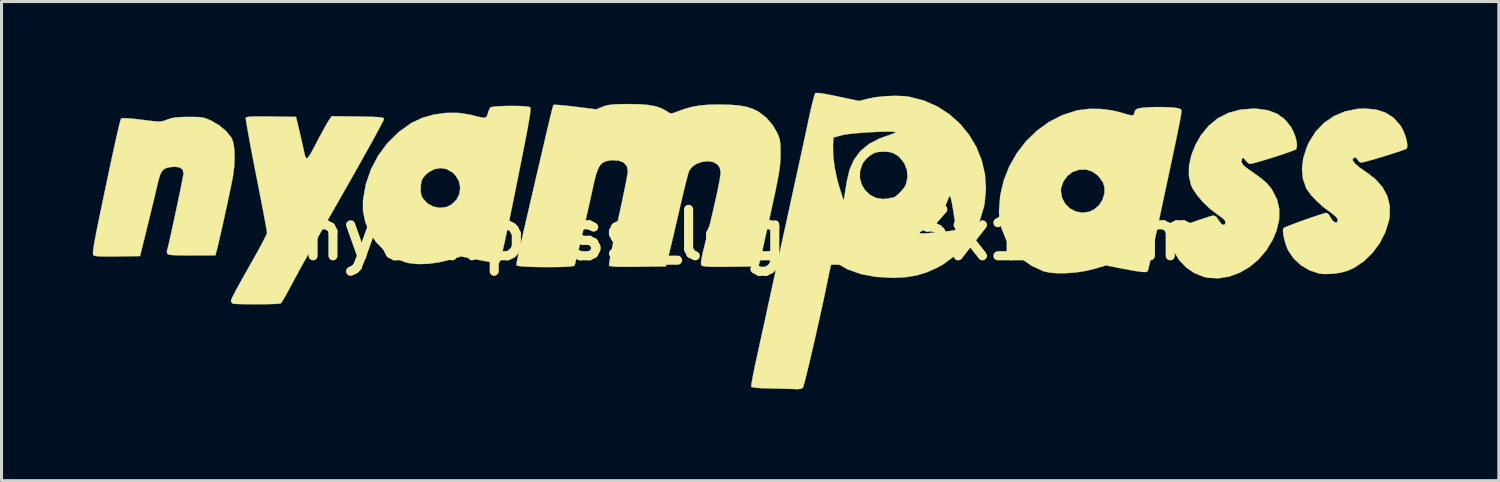
<source format=kicad_pcb>
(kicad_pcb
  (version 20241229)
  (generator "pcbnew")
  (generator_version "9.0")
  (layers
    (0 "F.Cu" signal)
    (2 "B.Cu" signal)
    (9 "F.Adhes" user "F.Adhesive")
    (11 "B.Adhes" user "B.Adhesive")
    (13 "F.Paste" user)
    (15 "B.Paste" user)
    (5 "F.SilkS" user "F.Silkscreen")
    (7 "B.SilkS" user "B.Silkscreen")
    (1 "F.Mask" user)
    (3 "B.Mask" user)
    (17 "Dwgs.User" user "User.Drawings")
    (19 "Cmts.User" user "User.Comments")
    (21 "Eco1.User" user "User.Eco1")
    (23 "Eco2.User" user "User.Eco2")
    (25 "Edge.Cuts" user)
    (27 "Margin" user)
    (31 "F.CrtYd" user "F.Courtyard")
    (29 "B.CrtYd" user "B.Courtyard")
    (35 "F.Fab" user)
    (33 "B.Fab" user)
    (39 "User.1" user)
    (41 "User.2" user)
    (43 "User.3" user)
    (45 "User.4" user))
  (footprint "nyampass_logo_43x12mm"
    (layer "F.Cu")
    (at 21.64 4.663)
    (property "Reference" "nyampass_logo_43x12mm" (at 0 0 0) (layer "F.SilkS") (effects (font (size 1.524 1.524) (thickness 0.3))))
    (attr through_hole)
    (fp_poly (pts (xy 16.605 -4.141) (xy 16.96 -4.091) (xy 17.26 -3.978) (xy 17.507 -3.801) (xy 17.707 -3.558) (xy 17.781 -3.427) (xy 17.854 -3.254) (xy 17.9 -3.08) (xy 17.916 -2.93) (xy 17.898 -2.827) (xy 17.891 -2.816) (xy 17.841 -2.789) (xy 17.725 -2.743) (xy 17.56 -2.684) (xy 17.362 -2.617) (xy 17.146 -2.547) (xy 16.928 -2.479) (xy 16.725 -2.418) (xy 16.552 -2.369) (xy 16.425 -2.338) (xy 16.365 -2.328) (xy 16.312 -2.358) (xy 16.239 -2.432) (xy 16.229 -2.445) (xy 16.165 -2.517) (xy 16.13 -2.527) (xy 16.107 -2.487) (xy 16.092 -2.396) (xy 16.133 -2.31) (xy 16.238 -2.214) (xy 16.307 -2.163) (xy 16.54 -2) (xy 16.715 -1.872) (xy 16.845 -1.768) (xy 16.943 -1.676) (xy 17.021 -1.585) (xy 17.094 -1.485) (xy 17.102 -1.473) (xy 17.26 -1.166) (xy 17.336 -0.842) (xy 17.33 -0.498) (xy 17.243 -0.133) (xy 17.119 0.162) (xy 16.911 0.508) (xy 16.654 0.808) (xy 16.358 1.056) (xy 16.034 1.245) (xy 15.691 1.372) (xy 15.342 1.429) (xy 14.995 1.412) (xy 14.856 1.381) (xy 14.546 1.258) (xy 14.272 1.069) (xy 14.045 0.829) (xy 13.875 0.55) (xy 13.772 0.245) (xy 13.747 0.052) (xy 13.737 -0.143) (xy 14.415 -0.387) (xy 14.644 -0.468) (xy 14.851 -0.538) (xy 15.019 -0.592) (xy 15.135 -0.625) (xy 15.177 -0.633) (xy 15.262 -0.593) (xy 15.346 -0.476) (xy 15.422 -0.368) (xy 15.493 -0.322) (xy 15.547 -0.341) (xy 15.568 -0.402) (xy 15.551 -0.466) (xy 15.478 -0.543) (xy 15.339 -0.644) (xy 15.321 -0.656) (xy 15.075 -0.841) (xy 14.845 -1.057) (xy 14.647 -1.284) (xy 14.498 -1.505) (xy 14.436 -1.636) (xy 14.366 -1.938) (xy 14.37 -2.268) (xy 14.446 -2.617) (xy 14.592 -2.976) (xy 14.763 -3.272) (xy 15.018 -3.585) (xy 15.321 -3.831) (xy 15.671 -4.007) (xy 16.062 -4.112) (xy 16.491 -4.145) (xy 16.605 -4.141)) (stroke (width 0.01) (type solid)) (fill yes) (layer "F.SilkS"))
    (fp_poly (pts (xy 20.499 -4.116) (xy 20.814 -4.018) (xy 21.078 -3.852) (xy 21.293 -3.619) (xy 21.333 -3.56) (xy 21.414 -3.41) (xy 21.479 -3.241) (xy 21.524 -3.077) (xy 21.542 -2.938) (xy 21.529 -2.847) (xy 21.52 -2.834) (xy 21.467 -2.808) (xy 21.348 -2.764) (xy 21.181 -2.708) (xy 20.981 -2.644) (xy 20.765 -2.576) (xy 20.549 -2.511) (xy 20.349 -2.453) (xy 20.181 -2.408) (xy 20.063 -2.379) (xy 20.016 -2.372) (xy 19.947 -2.406) (xy 19.918 -2.455) (xy 19.866 -2.526) (xy 19.794 -2.535) (xy 19.747 -2.495) (xy 19.754 -2.429) (xy 19.829 -2.334) (xy 19.966 -2.215) (xy 20.157 -2.082) (xy 20.179 -2.068) (xy 20.493 -1.828) (xy 20.73 -1.56) (xy 20.887 -1.266) (xy 20.964 -0.947) (xy 20.961 -0.606) (xy 20.939 -0.475) (xy 20.821 -0.092) (xy 20.638 0.268) (xy 20.4 0.592) (xy 20.118 0.867) (xy 19.802 1.08) (xy 19.588 1.178) (xy 19.351 1.244) (xy 19.082 1.282) (xy 18.82 1.29) (xy 18.632 1.269) (xy 18.325 1.166) (xy 18.044 0.998) (xy 17.806 0.777) (xy 17.63 0.517) (xy 17.614 0.485) (xy 17.554 0.332) (xy 17.504 0.164) (xy 17.47 0.002) (xy 17.456 -0.13) (xy 17.467 -0.21) (xy 17.473 -0.218) (xy 17.527 -0.246) (xy 17.644 -0.295) (xy 17.809 -0.359) (xy 18.004 -0.431) (xy 18.213 -0.506) (xy 18.419 -0.578) (xy 18.607 -0.641) (xy 18.758 -0.689) (xy 18.857 -0.716) (xy 18.882 -0.72) (xy 18.949 -0.683) (xy 19.008 -0.592) (xy 19.008 -0.591) (xy 19.07 -0.488) (xy 19.146 -0.418) (xy 19.214 -0.399) (xy 19.235 -0.411) (xy 19.261 -0.488) (xy 19.205 -0.585) (xy 19.067 -0.701) (xy 19.04 -0.72) (xy 18.798 -0.9) (xy 18.574 -1.1) (xy 18.385 -1.3) (xy 18.248 -1.484) (xy 18.216 -1.541) (xy 18.112 -1.838) (xy 18.081 -2.167) (xy 18.123 -2.517) (xy 18.238 -2.879) (xy 18.313 -3.045) (xy 18.532 -3.391) (xy 18.807 -3.678) (xy 19.132 -3.9) (xy 19.499 -4.055) (xy 19.901 -4.136) (xy 20.132 -4.148) (xy 20.499 -4.116)) (stroke (width 0.01) (type solid)) (fill yes) (layer "F.SilkS"))
    (fp_poly (pts (xy -7.63 -4.23) (xy -7.459 -4.222) (xy -7.335 -4.207) (xy -7.281 -4.192) (xy -7.27 -4.174) (xy -7.265 -4.137) (xy -7.267 -4.073) (xy -7.277 -3.978) (xy -7.297 -3.844) (xy -7.327 -3.666) (xy -7.368 -3.438) (xy -7.422 -3.154) (xy -7.49 -2.808) (xy -7.572 -2.394) (xy -7.669 -1.906) (xy -7.726 -1.626) (xy -7.844 -1.039) (xy -7.948 -0.534) (xy -8.038 -0.107) (xy -8.113 0.242) (xy -8.175 0.517) (xy -8.225 0.72) (xy -8.261 0.852) (xy -8.286 0.916) (xy -8.293 0.922) (xy -8.354 0.923) (xy -8.481 0.908) (xy -8.658 0.881) (xy -8.868 0.843) (xy -8.949 0.828) (xy -9.546 0.71) (xy -9.927 0.823) (xy -10.272 0.905) (xy -10.621 0.952) (xy -10.95 0.962) (xy -11.241 0.933) (xy -11.398 0.894) (xy -11.756 0.734) (xy -12.072 0.511) (xy -12.338 0.236) (xy -12.547 -0.08) (xy -12.692 -0.428) (xy -12.766 -0.796) (xy -12.765 -1.139) (xy -12.717 -1.409) (xy -10.87 -1.409) (xy -10.844 -1.287) (xy -10.798 -1.196) (xy -10.648 -1.031) (xy -10.457 -0.926) (xy -10.243 -0.885) (xy -10.027 -0.912) (xy -9.858 -0.992) (xy -9.695 -1.149) (xy -9.599 -1.341) (xy -9.572 -1.55) (xy -9.613 -1.758) (xy -9.725 -1.95) (xy -9.817 -2.043) (xy -10.012 -2.157) (xy -10.223 -2.193) (xy -10.436 -2.152) (xy -10.636 -2.037) (xy -10.709 -1.97) (xy -10.796 -1.868) (xy -10.843 -1.767) (xy -10.865 -1.632) (xy -10.869 -1.577) (xy -10.87 -1.409) (xy -12.717 -1.409) (xy -12.672 -1.66) (xy -12.503 -2.152) (xy -12.262 -2.609) (xy -11.955 -3.021) (xy -11.585 -3.382) (xy -11.169 -3.677) (xy -10.83 -3.837) (xy -10.445 -3.948) (xy -10.036 -4.004) (xy -9.627 -4.005) (xy -9.242 -3.946) (xy -9.207 -3.937) (xy -9 -3.883) (xy -8.858 -3.852) (xy -8.77 -3.845) (xy -8.718 -3.864) (xy -8.688 -3.909) (xy -8.667 -3.979) (xy -8.629 -4.094) (xy -8.589 -4.175) (xy -8.585 -4.18) (xy -8.527 -4.2) (xy -8.404 -4.216) (xy -8.234 -4.226) (xy -8.036 -4.233) (xy -7.828 -4.234) (xy -7.63 -4.23)) (stroke (width 0.01) (type solid)) (fill yes) (layer "F.SilkS"))
    (fp_poly (pts (xy 13.672 -4.191) (xy 13.858 -4.179) (xy 13.998 -4.16) (xy 14.074 -4.134) (xy 14.087 -4.127) (xy 14.099 -4.123) (xy 14.11 -4.116) (xy 14.117 -4.103) (xy 14.12 -4.077) (xy 14.118 -4.034) (xy 14.111 -3.97) (xy 14.096 -3.878) (xy 14.074 -3.755) (xy 14.043 -3.596) (xy 14.002 -3.395) (xy 13.951 -3.147) (xy 13.889 -2.848) (xy 13.814 -2.493) (xy 13.725 -2.077) (xy 13.622 -1.595) (xy 13.504 -1.041) (xy 13.37 -0.412) (xy 13.31 -0.131) (xy 13.242 0.188) (xy 13.178 0.48) (xy 13.122 0.736) (xy 13.075 0.945) (xy 13.039 1.096) (xy 13.018 1.179) (xy 13.014 1.192) (xy 12.983 1.215) (xy 12.921 1.224) (xy 12.816 1.219) (xy 12.659 1.197) (xy 12.437 1.159) (xy 12.215 1.117) (xy 11.642 1.006) (xy 11.25 1.121) (xy 10.968 1.188) (xy 10.661 1.235) (xy 10.348 1.26) (xy 10.051 1.263) (xy 9.793 1.243) (xy 9.593 1.198) (xy 9.588 1.197) (xy 9.196 1.016) (xy 8.857 0.776) (xy 8.575 0.485) (xy 8.357 0.152) (xy 8.209 -0.217) (xy 8.135 -0.614) (xy 8.128 -0.787) (xy 8.168 -1.293) (xy 8.204 -1.446) (xy 10.16 -1.446) (xy 10.198 -1.216) (xy 10.3 -1.021) (xy 10.454 -0.868) (xy 10.645 -0.767) (xy 10.857 -0.726) (xy 11.077 -0.752) (xy 11.236 -0.821) (xy 11.407 -0.964) (xy 11.528 -1.149) (xy 11.592 -1.358) (xy 11.592 -1.568) (xy 11.54 -1.727) (xy 11.39 -1.934) (xy 11.201 -2.075) (xy 10.984 -2.144) (xy 10.753 -2.138) (xy 10.539 -2.062) (xy 10.369 -1.929) (xy 10.24 -1.746) (xy 10.168 -1.541) (xy 10.16 -1.446) (xy 8.204 -1.446) (xy 8.283 -1.783) (xy 8.466 -2.248) (xy 8.713 -2.681) (xy 9.016 -3.073) (xy 9.369 -3.417) (xy 9.766 -3.705) (xy 10.201 -3.928) (xy 10.667 -4.079) (xy 10.725 -4.092) (xy 11.08 -4.137) (xy 11.471 -4.134) (xy 11.862 -4.083) (xy 12.168 -4.006) (xy 12.353 -3.95) (xy 12.474 -3.925) (xy 12.541 -3.93) (xy 12.569 -3.965) (xy 12.573 -4) (xy 12.601 -4.075) (xy 12.64 -4.124) (xy 12.709 -4.152) (xy 12.844 -4.172) (xy 13.026 -4.187) (xy 13.237 -4.195) (xy 13.459 -4.196) (xy 13.672 -4.191)) (stroke (width 0.01) (type solid)) (fill yes) (layer "F.SilkS"))
    (fp_poly (pts (xy -12.94 -3.885) (xy -12.646 -3.88) (xy -12.425 -3.874) (xy -12.269 -3.866) (xy -12.166 -3.855) (xy -12.106 -3.84) (xy -12.079 -3.82) (xy -12.075 -3.809) (xy -12.093 -3.762) (xy -12.15 -3.648) (xy -12.243 -3.474) (xy -12.366 -3.245) (xy -12.518 -2.969) (xy -12.695 -2.651) (xy -12.892 -2.299) (xy -13.107 -1.918) (xy -13.336 -1.515) (xy -13.38 -1.439) (xy -13.616 -1.024) (xy -13.845 -0.624) (xy -14.06 -0.245) (xy -14.259 0.104) (xy -14.436 0.417) (xy -14.589 0.687) (xy -14.712 0.905) (xy -14.802 1.066) (xy -14.854 1.16) (xy -14.857 1.164) (xy -14.951 1.34) (xy -15.066 1.554) (xy -15.181 1.768) (xy -15.221 1.841) (xy -15.311 2.005) (xy -15.39 2.14) (xy -15.448 2.228) (xy -15.47 2.254) (xy -15.525 2.263) (xy -15.647 2.271) (xy -15.82 2.276) (xy -16.028 2.28) (xy -16.253 2.281) (xy -16.479 2.281) (xy -16.688 2.278) (xy -16.865 2.274) (xy -16.991 2.267) (xy -17.05 2.258) (xy -17.095 2.203) (xy -17.103 2.16) (xy -17.082 2.105) (xy -17.025 1.986) (xy -16.935 1.815) (xy -16.819 1.601) (xy -16.682 1.355) (xy -16.53 1.086) (xy -16.51 1.052) (xy -16.356 0.781) (xy -16.217 0.53) (xy -16.098 0.31) (xy -16.005 0.131) (xy -15.943 0.003) (xy -15.918 -0.063) (xy -15.918 -0.066) (xy -15.926 -0.125) (xy -15.949 -0.258) (xy -15.985 -0.456) (xy -16.032 -0.71) (xy -16.09 -1.012) (xy -16.156 -1.352) (xy -16.228 -1.721) (xy -16.277 -1.971) (xy -16.352 -2.353) (xy -16.421 -2.71) (xy -16.482 -3.033) (xy -16.533 -3.315) (xy -16.574 -3.545) (xy -16.602 -3.715) (xy -16.616 -3.817) (xy -16.617 -3.843) (xy -16.59 -3.862) (xy -16.52 -3.876) (xy -16.399 -3.884) (xy -16.216 -3.888) (xy -15.963 -3.887) (xy -15.781 -3.885) (xy -14.965 -3.873) (xy -14.894 -3.577) (xy -14.852 -3.399) (xy -14.801 -3.175) (xy -14.749 -2.946) (xy -14.73 -2.86) (xy -14.695 -2.698) (xy -14.665 -2.584) (xy -14.636 -2.522) (xy -14.599 -2.514) (xy -14.549 -2.566) (xy -14.478 -2.68) (xy -14.38 -2.86) (xy -14.248 -3.111) (xy -14.237 -3.133) (xy -14.128 -3.335) (xy -14.027 -3.52) (xy -13.942 -3.669) (xy -13.885 -3.765) (xy -13.875 -3.779) (xy -13.794 -3.896) (xy -12.94 -3.885)) (stroke (width 0.01) (type solid)) (fill yes) (layer "F.SilkS"))
    (fp_poly (pts (xy -18.284 -3.871) (xy -18.13 -3.865) (xy -18.013 -3.848) (xy -17.91 -3.818) (xy -17.796 -3.769) (xy -17.738 -3.742) (xy -17.486 -3.593) (xy -17.268 -3.411) (xy -17.105 -3.214) (xy -17.07 -3.154) (xy -17.02 -3.002) (xy -16.991 -2.788) (xy -16.983 -2.53) (xy -16.996 -2.248) (xy -17.031 -1.961) (xy -17.039 -1.917) (xy -17.068 -1.761) (xy -17.113 -1.542) (xy -17.169 -1.276) (xy -17.232 -0.978) (xy -17.3 -0.667) (xy -17.368 -0.357) (xy -17.434 -0.067) (xy -17.492 0.189) (xy -17.54 0.393) (xy -17.572 0.519) (xy -17.614 0.677) (xy -18.391 0.677) (xy -18.67 0.676) (xy -18.875 0.673) (xy -19.018 0.667) (xy -19.111 0.656) (xy -19.164 0.64) (xy -19.19 0.618) (xy -19.194 0.61) (xy -19.208 0.537) (xy -19.203 0.515) (xy -19.187 0.463) (xy -19.157 0.342) (xy -19.116 0.162) (xy -19.066 -0.062) (xy -19.01 -0.319) (xy -18.95 -0.596) (xy -18.889 -0.88) (xy -18.831 -1.159) (xy -18.776 -1.419) (xy -18.73 -1.649) (xy -18.693 -1.836) (xy -18.668 -1.967) (xy -18.66 -2.029) (xy -18.693 -2.146) (xy -18.794 -2.216) (xy -18.96 -2.236) (xy -19.016 -2.232) (xy -19.175 -2.21) (xy -19.289 -2.166) (xy -19.372 -2.086) (xy -19.435 -1.957) (xy -19.491 -1.764) (xy -19.514 -1.664) (xy -19.553 -1.499) (xy -19.607 -1.27) (xy -19.673 -0.997) (xy -19.746 -0.697) (xy -19.821 -0.39) (xy -19.849 -0.275) (xy -20.089 0.699) (xy -20.834 0.71) (xy -21.117 0.713) (xy -21.326 0.712) (xy -21.472 0.705) (xy -21.564 0.693) (xy -21.615 0.674) (xy -21.625 0.665) (xy -21.635 0.625) (xy -21.632 0.542) (xy -21.616 0.408) (xy -21.584 0.217) (xy -21.535 -0.039) (xy -21.47 -0.366) (xy -21.418 -0.617) (xy -21.284 -1.26) (xy -21.166 -1.823) (xy -21.063 -2.309) (xy -20.974 -2.721) (xy -20.899 -3.063) (xy -20.837 -3.337) (xy -20.788 -3.547) (xy -20.75 -3.696) (xy -20.723 -3.786) (xy -20.707 -3.821) (xy -20.647 -3.832) (xy -20.51 -3.829) (xy -20.301 -3.811) (xy -20.04 -3.78) (xy -19.798 -3.749) (xy -19.623 -3.729) (xy -19.498 -3.72) (xy -19.407 -3.722) (xy -19.333 -3.736) (xy -19.259 -3.761) (xy -19.199 -3.784) (xy -19.079 -3.825) (xy -18.945 -3.851) (xy -18.777 -3.866) (xy -18.55 -3.872) (xy -18.5 -3.872) (xy -18.284 -3.871)) (stroke (width 0.01) (type solid)) (fill yes) (layer "F.SilkS"))
    (fp_poly (pts (xy -3.677 -4.288) (xy -3.382 -4.264) (xy -3.144 -4.219) (xy -2.95 -4.151) (xy -2.787 -4.059) (xy -2.779 -4.053) (xy -2.701 -4.002) (xy -2.638 -3.987) (xy -2.556 -4.005) (xy -2.46 -4.041) (xy -2.186 -4.139) (xy -1.937 -4.207) (xy -1.687 -4.25) (xy -1.409 -4.272) (xy -1.075 -4.279) (xy -1.058 -4.279) (xy -0.703 -4.271) (xy -0.414 -4.248) (xy -0.177 -4.206) (xy 0.025 -4.142) (xy 0.21 -4.054) (xy 0.234 -4.04) (xy 0.482 -3.85) (xy 0.697 -3.598) (xy 0.841 -3.349) (xy 0.891 -3.233) (xy 0.924 -3.128) (xy 0.942 -3.008) (xy 0.949 -2.852) (xy 0.95 -2.646) (xy 0.947 -2.509) (xy 0.941 -2.378) (xy 0.928 -2.241) (xy 0.907 -2.086) (xy 0.876 -1.902) (xy 0.832 -1.678) (xy 0.776 -1.402) (xy 0.703 -1.064) (xy 0.642 -0.783) (xy 0.567 -0.441) (xy 0.495 -0.116) (xy 0.43 0.179) (xy 0.373 0.434) (xy 0.327 0.637) (xy 0.294 0.776) (xy 0.282 0.826) (xy 0.227 1.037) (xy -0.685 1.049) (xy -0.996 1.052) (xy -1.233 1.051) (xy -1.406 1.047) (xy -1.524 1.039) (xy -1.598 1.026) (xy -1.639 1.008) (xy -1.647 1) (xy -1.661 0.96) (xy -1.659 0.884) (xy -1.64 0.762) (xy -1.602 0.583) (xy -1.542 0.339) (xy -1.508 0.205) (xy -1.407 -0.196) (xy -1.313 -0.583) (xy -1.229 -0.947) (xy -1.155 -1.277) (xy -1.095 -1.563) (xy -1.05 -1.796) (xy -1.023 -1.964) (xy -1.016 -2.049) (xy -1.047 -2.209) (xy -1.12 -2.309) (xy -1.255 -2.389) (xy -1.43 -2.417) (xy -1.619 -2.397) (xy -1.802 -2.335) (xy -1.953 -2.236) (xy -2.051 -2.105) (xy -2.051 -2.104) (xy -2.076 -2.028) (xy -2.116 -1.881) (xy -2.169 -1.676) (xy -2.23 -1.425) (xy -2.298 -1.141) (xy -2.369 -0.835) (xy -2.371 -0.826) (xy -2.445 -0.504) (xy -2.518 -0.19) (xy -2.586 0.102) (xy -2.646 0.356) (xy -2.694 0.556) (xy -2.724 0.677) (xy -2.815 1.037) (xy -3.737 1.049) (xy -4.047 1.052) (xy -4.283 1.052) (xy -4.454 1.048) (xy -4.569 1.04) (xy -4.639 1.028) (xy -4.674 1.011) (xy -4.682 1) (xy -4.678 0.946) (xy -4.658 0.82) (xy -4.622 0.63) (xy -4.574 0.388) (xy -4.515 0.102) (xy -4.447 -0.217) (xy -4.384 -0.504) (xy -4.309 -0.848) (xy -4.24 -1.171) (xy -4.179 -1.463) (xy -4.129 -1.712) (xy -4.092 -1.909) (xy -4.07 -2.043) (xy -4.064 -2.096) (xy -4.099 -2.259) (xy -4.201 -2.374) (xy -4.365 -2.438) (xy -4.587 -2.449) (xy -4.643 -2.444) (xy -4.781 -2.418) (xy -4.89 -2.369) (xy -4.976 -2.285) (xy -5.048 -2.155) (xy -5.112 -1.968) (xy -5.176 -1.713) (xy -5.204 -1.587) (xy -5.259 -1.332) (xy -5.323 -1.047) (xy -5.392 -0.742) (xy -5.464 -0.429) (xy -5.536 -0.121) (xy -5.606 0.173) (xy -5.67 0.44) (xy -5.726 0.669) (xy -5.772 0.849) (xy -5.804 0.968) (xy -5.82 1.014) (xy -5.87 1.03) (xy -5.99 1.043) (xy -6.163 1.053) (xy -6.376 1.059) (xy -6.612 1.061) (xy -6.858 1.061) (xy -7.099 1.057) (xy -7.319 1.05) (xy -7.504 1.04) (xy -7.639 1.027) (xy -7.709 1.011) (xy -7.715 1.005) (xy -7.719 0.992) (xy -7.721 0.976) (xy -7.72 0.949) (xy -7.714 0.906) (xy -7.703 0.841) (xy -7.683 0.747) (xy -7.655 0.617) (xy -7.617 0.447) (xy -7.567 0.228) (xy -7.505 -0.044) (xy -7.428 -0.377) (xy -7.336 -0.776) (xy -7.226 -1.249) (xy -7.162 -1.524) (xy -7.037 -2.064) (xy -6.929 -2.528) (xy -6.837 -2.92) (xy -6.761 -3.249) (xy -6.698 -3.518) (xy -6.646 -3.734) (xy -6.606 -3.904) (xy -6.574 -4.032) (xy -6.55 -4.125) (xy -6.532 -4.189) (xy -6.519 -4.229) (xy -6.51 -4.253) (xy -6.502 -4.264) (xy -6.501 -4.266) (xy -6.452 -4.27) (xy -6.334 -4.264) (xy -6.161 -4.248) (xy -5.948 -4.226) (xy -5.79 -4.207) (xy -5.106 -4.121) (xy -4.892 -4.206) (xy -4.792 -4.241) (xy -4.684 -4.265) (xy -4.55 -4.281) (xy -4.373 -4.29) (xy -4.134 -4.294) (xy -4.043 -4.294) (xy -3.677 -4.288)) (stroke (width 0.01) (type solid)) (fill yes) (layer "F.SilkS"))
    (fp_poly (pts (xy 2.213 -4.657) (xy 2.348 -4.639) (xy 2.545 -4.603) (xy 2.814 -4.548) (xy 2.836 -4.543) (xy 3.535 -4.395) (xy 3.81 -4.468) (xy 4.081 -4.521) (xy 4.396 -4.554) (xy 4.722 -4.565) (xy 5.024 -4.553) (xy 5.19 -4.532) (xy 5.666 -4.408) (xy 6.104 -4.214) (xy 6.501 -3.957) (xy 6.85 -3.644) (xy 7.146 -3.283) (xy 7.384 -2.882) (xy 7.559 -2.448) (xy 7.666 -1.989) (xy 7.699 -1.512) (xy 7.654 -1.025) (xy 7.637 -0.94) (xy 7.501 -0.481) (xy 7.29 -0.05) (xy 7.013 0.343) (xy 6.679 0.686) (xy 6.294 0.969) (xy 6.094 1.081) (xy 5.752 1.233) (xy 5.421 1.334) (xy 5.072 1.392) (xy 4.676 1.413) (xy 4.614 1.413) (xy 4.07 1.381) (xy 3.581 1.287) (xy 3.147 1.131) (xy 2.781 0.921) (xy 2.697 0.87) (xy 2.646 0.855) (xy 2.643 0.856) (xy 2.629 0.902) (xy 2.601 1.017) (xy 2.563 1.187) (xy 2.518 1.399) (xy 2.479 1.591) (xy 2.417 1.892) (xy 2.346 2.222) (xy 2.27 2.573) (xy 2.19 2.933) (xy 2.108 3.295) (xy 2.028 3.646) (xy 1.951 3.979) (xy 1.879 4.283) (xy 1.815 4.548) (xy 1.76 4.764) (xy 1.718 4.922) (xy 1.691 5.011) (xy 1.684 5.027) (xy 1.616 5.06) (xy 1.505 5.071) (xy 1.487 5.071) (xy 1.391 5.066) (xy 1.23 5.061) (xy 1.022 5.056) (xy 0.787 5.051) (xy 0.671 5.048) (xy 0.394 5.041) (xy 0.194 5.03) (xy 0.065 5.015) (xy 0.001 4.995) (xy -0.01 4.984) (xy -0.006 4.928) (xy 0.013 4.803) (xy 0.046 4.623) (xy 0.091 4.4) (xy 0.144 4.148) (xy 0.153 4.106) (xy 0.208 3.857) (xy 0.277 3.543) (xy 0.355 3.181) (xy 0.441 2.791) (xy 0.528 2.389) (xy 0.614 1.994) (xy 0.652 1.82) (xy 0.737 1.43) (xy 0.836 0.978) (xy 0.943 0.486) (xy 1.055 -0.026) (xy 1.063 -0.063) (xy 5.52 -0.063) (xy 5.545 -0.05) (xy 5.61 -0.045) (xy 5.727 -0.05) (xy 5.905 -0.063) (xy 6.156 -0.086) (xy 6.181 -0.088) (xy 6.376 -0.108) (xy 6.539 -0.129) (xy 6.652 -0.148) (xy 6.697 -0.162) (xy 6.7 -0.21) (xy 6.69 -0.323) (xy 6.671 -0.48) (xy 6.645 -0.663) (xy 6.615 -0.851) (xy 6.584 -1.026) (xy 6.554 -1.169) (xy 6.534 -1.247) (xy 6.513 -1.273) (xy 6.482 -1.236) (xy 6.435 -1.126) (xy 6.416 -1.074) (xy 6.351 -0.914) (xy 6.279 -0.768) (xy 6.231 -0.689) (xy 6.148 -0.587) (xy 6.033 -0.468) (xy 5.905 -0.347) (xy 5.78 -0.239) (xy 5.677 -0.161) (xy 5.612 -0.127) (xy 5.608 -0.127) (xy 5.538 -0.1) (xy 5.524 -0.085) (xy 5.52 -0.063) (xy 1.063 -0.063) (xy 1.167 -0.535) (xy 1.273 -1.022) (xy 1.355 -1.397) (xy 1.444 -1.805) (xy 1.534 -2.216) (xy 1.621 -2.616) (xy 1.692 -2.942) (xy 2.675 -2.942) (xy 2.681 -2.596) (xy 2.729 -2.208) (xy 2.815 -1.804) (xy 2.889 -1.545) (xy 3.024 -1.122) (xy 3.054 -1.291) (xy 3.076 -1.427) (xy 3.104 -1.602) (xy 3.125 -1.736) (xy 3.155 -1.865) (xy 3.558 -1.865) (xy 3.617 -1.649) (xy 3.732 -1.46) (xy 3.892 -1.31) (xy 4.09 -1.21) (xy 4.316 -1.174) (xy 4.487 -1.193) (xy 4.594 -1.215) (xy 4.661 -1.226) (xy 4.666 -1.227) (xy 4.73 -1.259) (xy 4.824 -1.338) (xy 4.925 -1.442) (xy 5.013 -1.551) (xy 5.065 -1.638) (xy 5.122 -1.877) (xy 5.105 -2.12) (xy 5.02 -2.346) (xy 4.872 -2.537) (xy 4.775 -2.614) (xy 4.649 -2.685) (xy 4.524 -2.72) (xy 4.359 -2.73) (xy 4.339 -2.731) (xy 4.168 -2.722) (xy 4.041 -2.69) (xy 3.917 -2.623) (xy 3.903 -2.614) (xy 3.776 -2.506) (xy 3.668 -2.375) (xy 3.642 -2.33) (xy 3.563 -2.096) (xy 3.558 -1.865) (xy 3.155 -1.865) (xy 3.217 -2.135) (xy 3.367 -2.473) (xy 3.578 -2.754) (xy 3.853 -2.982) (xy 4.196 -3.161) (xy 4.404 -3.236) (xy 4.553 -3.286) (xy 4.668 -3.331) (xy 4.728 -3.361) (xy 4.73 -3.363) (xy 4.709 -3.379) (xy 4.618 -3.388) (xy 4.471 -3.39) (xy 4.281 -3.387) (xy 4.063 -3.378) (xy 3.831 -3.366) (xy 3.6 -3.35) (xy 3.382 -3.331) (xy 3.192 -3.31) (xy 3.045 -3.288) (xy 2.985 -3.275) (xy 2.688 -3.196) (xy 2.675 -2.942) (xy 1.692 -2.942) (xy 1.703 -2.992) (xy 1.776 -3.33) (xy 1.837 -3.615) (xy 1.884 -3.835) (xy 1.892 -3.873) (xy 1.944 -4.112) (xy 1.994 -4.323) (xy 2.039 -4.492) (xy 2.073 -4.604) (xy 2.091 -4.643) (xy 2.13 -4.658) (xy 2.213 -4.657)) (stroke (width 0.01) (type solid)) (fill yes) (layer "F.SilkS")))
  (gr_rect
    (start -3 -3)
    (end 46.188 12.739)
    (stroke (width 0.1) (type default))
    (fill no)
    (layer "Edge.Cuts")))
</source>
